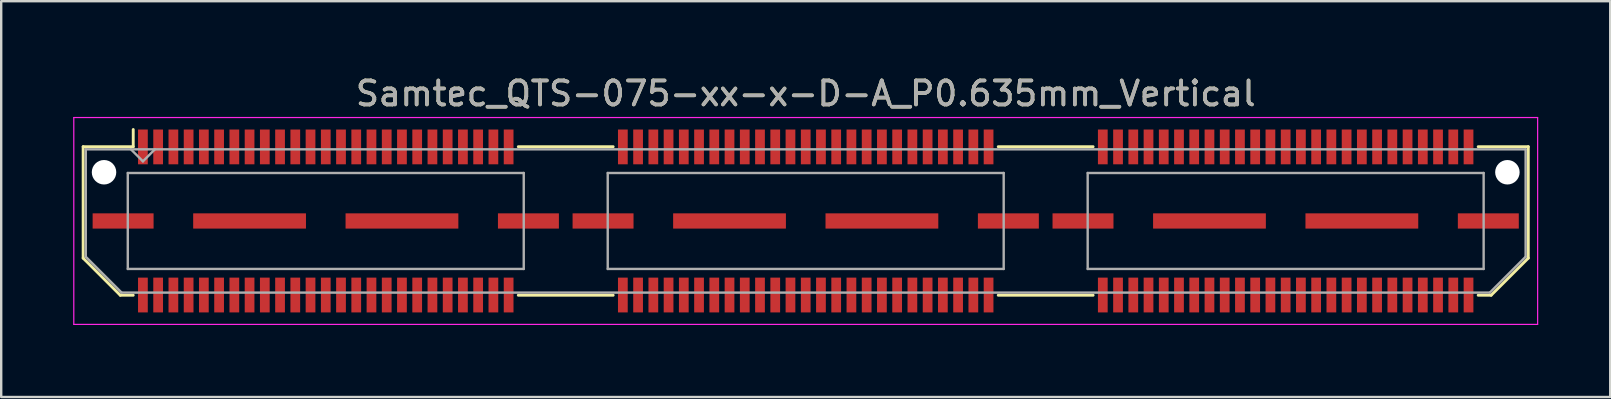
<source format=kicad_pcb>
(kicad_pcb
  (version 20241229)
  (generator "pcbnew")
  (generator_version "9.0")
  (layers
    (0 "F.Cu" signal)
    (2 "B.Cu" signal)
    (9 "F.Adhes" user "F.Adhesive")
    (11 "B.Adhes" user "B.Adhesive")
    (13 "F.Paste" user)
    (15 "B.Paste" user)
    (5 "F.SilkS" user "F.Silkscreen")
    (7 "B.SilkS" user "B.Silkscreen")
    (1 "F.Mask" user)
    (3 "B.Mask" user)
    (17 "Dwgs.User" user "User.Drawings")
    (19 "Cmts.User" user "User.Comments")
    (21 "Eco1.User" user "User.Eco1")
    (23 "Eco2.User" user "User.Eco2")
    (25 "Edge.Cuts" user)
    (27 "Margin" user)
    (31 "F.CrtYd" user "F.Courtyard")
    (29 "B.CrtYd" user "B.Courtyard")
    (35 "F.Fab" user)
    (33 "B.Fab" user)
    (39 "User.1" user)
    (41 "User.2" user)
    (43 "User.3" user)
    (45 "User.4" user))
  (footprint "Samtec_QTS-075-xx-x-D-A_P0.635mm_Vertical"
    (layer "F.Cu")
    (at 30.525 6.158)
    (property "Reference" "Samtec_QTS-075-xx-x-D-A_P0.635mm_Vertical" (at 0 -5.31 0) (layer "F.SilkS") (effects (font (size 1 1) (thickness 0.15))))
    (attr smd)
    (fp_line (start -30.11 -3.095) (end -30.11 1.548) (stroke (width 0.12) (type solid)) (layer "F.SilkS"))
    (fp_line (start -30.11 1.548) (end -28.562 3.095) (stroke (width 0.12) (type solid)) (layer "F.SilkS"))
    (fp_line (start -28.562 3.095) (end -28.023 3.095) (stroke (width 0.12) (type solid)) (layer "F.SilkS"))
    (fp_line (start -28.023 -3.811) (end -28.023 -3.095) (stroke (width 0.12) (type solid)) (layer "F.SilkS"))
    (fp_line (start -28.023 -3.095) (end -30.11 -3.095) (stroke (width 0.12) (type solid)) (layer "F.SilkS"))
    (fp_line (start -11.977 -3.095) (end -8.023 -3.095) (stroke (width 0.12) (type solid)) (layer "F.SilkS"))
    (fp_line (start -11.977 3.095) (end -8.023 3.095) (stroke (width 0.12) (type solid)) (layer "F.SilkS"))
    (fp_line (start 8.023 -3.095) (end 11.977 -3.095) (stroke (width 0.12) (type solid)) (layer "F.SilkS"))
    (fp_line (start 8.023 3.095) (end 11.977 3.095) (stroke (width 0.12) (type solid)) (layer "F.SilkS"))
    (fp_line (start 28.023 -3.095) (end 30.11 -3.095) (stroke (width 0.12) (type solid)) (layer "F.SilkS"))
    (fp_line (start 28.562 3.095) (end 28.023 3.095) (stroke (width 0.12) (type solid)) (layer "F.SilkS"))
    (fp_line (start 30.11 -3.095) (end 30.11 1.548) (stroke (width 0.12) (type solid)) (layer "F.SilkS"))
    (fp_line (start 30.11 1.548) (end 28.562 3.095) (stroke (width 0.12) (type solid)) (layer "F.SilkS"))
    (fp_line (start -30.5 -4.31) (end -30.5 4.31) (stroke (width 0.05) (type solid)) (layer "F.CrtYd"))
    (fp_line (start -30.5 4.31) (end 30.5 4.31) (stroke (width 0.05) (type solid)) (layer "F.CrtYd"))
    (fp_line (start 30.5 -4.31) (end -30.5 -4.31) (stroke (width 0.05) (type solid)) (layer "F.CrtYd"))
    (fp_line (start 30.5 4.31) (end 30.5 -4.31) (stroke (width 0.05) (type solid)) (layer "F.CrtYd"))
    (fp_line (start -30 -2.985) (end -30 1.492) (stroke (width 0.1) (type solid)) (layer "F.Fab"))
    (fp_line (start -30 -2.985) (end 30 -2.985) (stroke (width 0.1) (type solid)) (layer "F.Fab"))
    (fp_line (start -30 1.492) (end -28.508 2.985) (stroke (width 0.1) (type solid)) (layer "F.Fab"))
    (fp_line (start -28.508 2.985) (end 28.508 2.985) (stroke (width 0.1) (type solid)) (layer "F.Fab"))
    (fp_line (start -28.25 -2) (end -28.25 2) (stroke (width 0.1) (type solid)) (layer "F.Fab"))
    (fp_line (start -28.25 2) (end -11.75 2) (stroke (width 0.1) (type solid)) (layer "F.Fab"))
    (fp_line (start -27.62 -2.485) (end -28.12 -2.985) (stroke (width 0.1) (type solid)) (layer "F.Fab"))
    (fp_line (start -27.12 -2.985) (end -27.62 -2.485) (stroke (width 0.1) (type solid)) (layer "F.Fab"))
    (fp_line (start -11.75 -2) (end -28.25 -2) (stroke (width 0.1) (type solid)) (layer "F.Fab"))
    (fp_line (start -11.75 2) (end -11.75 -2) (stroke (width 0.1) (type solid)) (layer "F.Fab"))
    (fp_line (start -8.25 -2) (end -8.25 2) (stroke (width 0.1) (type solid)) (layer "F.Fab"))
    (fp_line (start -8.25 2) (end 8.25 2) (stroke (width 0.1) (type solid)) (layer "F.Fab"))
    (fp_line (start 8.25 -2) (end -8.25 -2) (stroke (width 0.1) (type solid)) (layer "F.Fab"))
    (fp_line (start 8.25 2) (end 8.25 -2) (stroke (width 0.1) (type solid)) (layer "F.Fab"))
    (fp_line (start 11.75 -2) (end 11.75 2) (stroke (width 0.1) (type solid)) (layer "F.Fab"))
    (fp_line (start 11.75 2) (end 28.25 2) (stroke (width 0.1) (type solid)) (layer "F.Fab"))
    (fp_line (start 28.25 -2) (end 11.75 -2) (stroke (width 0.1) (type solid)) (layer "F.Fab"))
    (fp_line (start 28.25 2) (end 28.25 -2) (stroke (width 0.1) (type solid)) (layer "F.Fab"))
    (fp_line (start 30 -2.985) (end 30 1.492) (stroke (width 0.1) (type solid)) (layer "F.Fab"))
    (fp_line (start 30 1.492) (end 28.508 2.985) (stroke (width 0.1) (type solid)) (layer "F.Fab"))
    (fp_text user "${REFERENCE}" (at 0 -5.31 0) (layer "F.Fab") (effects (font (size 1 1) (thickness 0.15))))
    (pad "" np_thru_hole circle (at -29.24 -2.03) (size 1.02 1.02) (drill 1.02) (layers "*.Cu" "*.Mask"))
    (pad "" np_thru_hole circle (at 29.24 -2.03) (size 1.02 1.02) (drill 1.02) (layers "*.Cu" "*.Mask"))
    (pad "1" smd rect (at -27.62 -3.086) (size 0.406 1.45) (layers "F.Cu" "F.Mask" "F.Paste"))
    (pad "2" smd rect (at -27.62 3.086) (size 0.406 1.45) (layers "F.Cu" "F.Mask" "F.Paste"))
    (pad "3" smd rect (at -26.985 -3.086) (size 0.406 1.45) (layers "F.Cu" "F.Mask" "F.Paste"))
    (pad "4" smd rect (at -26.985 3.086) (size 0.406 1.45) (layers "F.Cu" "F.Mask" "F.Paste"))
    (pad "5" smd rect (at -26.35 -3.086) (size 0.406 1.45) (layers "F.Cu" "F.Mask" "F.Paste"))
    (pad "6" smd rect (at -26.35 3.086) (size 0.406 1.45) (layers "F.Cu" "F.Mask" "F.Paste"))
    (pad "7" smd rect (at -25.715 -3.086) (size 0.406 1.45) (layers "F.Cu" "F.Mask" "F.Paste"))
    (pad "8" smd rect (at -25.715 3.086) (size 0.406 1.45) (layers "F.Cu" "F.Mask" "F.Paste"))
    (pad "9" smd rect (at -25.08 -3.086) (size 0.406 1.45) (layers "F.Cu" "F.Mask" "F.Paste"))
    (pad "10" smd rect (at -25.08 3.086) (size 0.406 1.45) (layers "F.Cu" "F.Mask" "F.Paste"))
    (pad "11" smd rect (at -24.445 -3.086) (size 0.406 1.45) (layers "F.Cu" "F.Mask" "F.Paste"))
    (pad "12" smd rect (at -24.445 3.086) (size 0.406 1.45) (layers "F.Cu" "F.Mask" "F.Paste"))
    (pad "13" smd rect (at -23.81 -3.086) (size 0.406 1.45) (layers "F.Cu" "F.Mask" "F.Paste"))
    (pad "14" smd rect (at -23.81 3.086) (size 0.406 1.45) (layers "F.Cu" "F.Mask" "F.Paste"))
    (pad "15" smd rect (at -23.175 -3.086) (size 0.406 1.45) (layers "F.Cu" "F.Mask" "F.Paste"))
    (pad "16" smd rect (at -23.175 3.086) (size 0.406 1.45) (layers "F.Cu" "F.Mask" "F.Paste"))
    (pad "17" smd rect (at -22.54 -3.086) (size 0.406 1.45) (layers "F.Cu" "F.Mask" "F.Paste"))
    (pad "18" smd rect (at -22.54 3.086) (size 0.406 1.45) (layers "F.Cu" "F.Mask" "F.Paste"))
    (pad "19" smd rect (at -21.905 -3.086) (size 0.406 1.45) (layers "F.Cu" "F.Mask" "F.Paste"))
    (pad "20" smd rect (at -21.905 3.086) (size 0.406 1.45) (layers "F.Cu" "F.Mask" "F.Paste"))
    (pad "21" smd rect (at -21.27 -3.086) (size 0.406 1.45) (layers "F.Cu" "F.Mask" "F.Paste"))
    (pad "22" smd rect (at -21.27 3.086) (size 0.406 1.45) (layers "F.Cu" "F.Mask" "F.Paste"))
    (pad "23" smd rect (at -20.635 -3.086) (size 0.406 1.45) (layers "F.Cu" "F.Mask" "F.Paste"))
    (pad "24" smd rect (at -20.635 3.086) (size 0.406 1.45) (layers "F.Cu" "F.Mask" "F.Paste"))
    (pad "25" smd rect (at -20 -3.086) (size 0.406 1.45) (layers "F.Cu" "F.Mask" "F.Paste"))
    (pad "26" smd rect (at -20 3.086) (size 0.406 1.45) (layers "F.Cu" "F.Mask" "F.Paste"))
    (pad "27" smd rect (at -19.365 -3.086) (size 0.406 1.45) (layers "F.Cu" "F.Mask" "F.Paste"))
    (pad "28" smd rect (at -19.365 3.086) (size 0.406 1.45) (layers "F.Cu" "F.Mask" "F.Paste"))
    (pad "29" smd rect (at -18.73 -3.086) (size 0.406 1.45) (layers "F.Cu" "F.Mask" "F.Paste"))
    (pad "30" smd rect (at -18.73 3.086) (size 0.406 1.45) (layers "F.Cu" "F.Mask" "F.Paste"))
    (pad "31" smd rect (at -18.095 -3.086) (size 0.406 1.45) (layers "F.Cu" "F.Mask" "F.Paste"))
    (pad "32" smd rect (at -18.095 3.086) (size 0.406 1.45) (layers "F.Cu" "F.Mask" "F.Paste"))
    (pad "33" smd rect (at -17.46 -3.086) (size 0.406 1.45) (layers "F.Cu" "F.Mask" "F.Paste"))
    (pad "34" smd rect (at -17.46 3.086) (size 0.406 1.45) (layers "F.Cu" "F.Mask" "F.Paste"))
    (pad "35" smd rect (at -16.825 -3.086) (size 0.406 1.45) (layers "F.Cu" "F.Mask" "F.Paste"))
    (pad "36" smd rect (at -16.825 3.086) (size 0.406 1.45) (layers "F.Cu" "F.Mask" "F.Paste"))
    (pad "37" smd rect (at -16.19 -3.086) (size 0.406 1.45) (layers "F.Cu" "F.Mask" "F.Paste"))
    (pad "38" smd rect (at -16.19 3.086) (size 0.406 1.45) (layers "F.Cu" "F.Mask" "F.Paste"))
    (pad "39" smd rect (at -15.555 -3.086) (size 0.406 1.45) (layers "F.Cu" "F.Mask" "F.Paste"))
    (pad "40" smd rect (at -15.555 3.086) (size 0.406 1.45) (layers "F.Cu" "F.Mask" "F.Paste"))
    (pad "41" smd rect (at -14.92 -3.086) (size 0.406 1.45) (layers "F.Cu" "F.Mask" "F.Paste"))
    (pad "42" smd rect (at -14.92 3.086) (size 0.406 1.45) (layers "F.Cu" "F.Mask" "F.Paste"))
    (pad "43" smd rect (at -14.285 -3.086) (size 0.406 1.45) (layers "F.Cu" "F.Mask" "F.Paste"))
    (pad "44" smd rect (at -14.285 3.086) (size 0.406 1.45) (layers "F.Cu" "F.Mask" "F.Paste"))
    (pad "45" smd rect (at -13.65 -3.086) (size 0.406 1.45) (layers "F.Cu" "F.Mask" "F.Paste"))
    (pad "46" smd rect (at -13.65 3.086) (size 0.406 1.45) (layers "F.Cu" "F.Mask" "F.Paste"))
    (pad "47" smd rect (at -13.015 -3.086) (size 0.406 1.45) (layers "F.Cu" "F.Mask" "F.Paste"))
    (pad "48" smd rect (at -13.015 3.086) (size 0.406 1.45) (layers "F.Cu" "F.Mask" "F.Paste"))
    (pad "49" smd rect (at -12.38 -3.086) (size 0.406 1.45) (layers "F.Cu" "F.Mask" "F.Paste"))
    (pad "50" smd rect (at -12.38 3.086) (size 0.406 1.45) (layers "F.Cu" "F.Mask" "F.Paste"))
    (pad "51" smd rect (at -7.62 -3.086) (size 0.406 1.45) (layers "F.Cu" "F.Mask" "F.Paste"))
    (pad "52" smd rect (at -7.62 3.086) (size 0.406 1.45) (layers "F.Cu" "F.Mask" "F.Paste"))
    (pad "53" smd rect (at -6.985 -3.086) (size 0.406 1.45) (layers "F.Cu" "F.Mask" "F.Paste"))
    (pad "54" smd rect (at -6.985 3.086) (size 0.406 1.45) (layers "F.Cu" "F.Mask" "F.Paste"))
    (pad "55" smd rect (at -6.35 -3.086) (size 0.406 1.45) (layers "F.Cu" "F.Mask" "F.Paste"))
    (pad "56" smd rect (at -6.35 3.086) (size 0.406 1.45) (layers "F.Cu" "F.Mask" "F.Paste"))
    (pad "57" smd rect (at -5.715 -3.086) (size 0.406 1.45) (layers "F.Cu" "F.Mask" "F.Paste"))
    (pad "58" smd rect (at -5.715 3.086) (size 0.406 1.45) (layers "F.Cu" "F.Mask" "F.Paste"))
    (pad "59" smd rect (at -5.08 -3.086) (size 0.406 1.45) (layers "F.Cu" "F.Mask" "F.Paste"))
    (pad "60" smd rect (at -5.08 3.086) (size 0.406 1.45) (layers "F.Cu" "F.Mask" "F.Paste"))
    (pad "61" smd rect (at -4.445 -3.086) (size 0.406 1.45) (layers "F.Cu" "F.Mask" "F.Paste"))
    (pad "62" smd rect (at -4.445 3.086) (size 0.406 1.45) (layers "F.Cu" "F.Mask" "F.Paste"))
    (pad "63" smd rect (at -3.81 -3.086) (size 0.406 1.45) (layers "F.Cu" "F.Mask" "F.Paste"))
    (pad "64" smd rect (at -3.81 3.086) (size 0.406 1.45) (layers "F.Cu" "F.Mask" "F.Paste"))
    (pad "65" smd rect (at -3.175 -3.086) (size 0.406 1.45) (layers "F.Cu" "F.Mask" "F.Paste"))
    (pad "66" smd rect (at -3.175 3.086) (size 0.406 1.45) (layers "F.Cu" "F.Mask" "F.Paste"))
    (pad "67" smd rect (at -2.54 -3.086) (size 0.406 1.45) (layers "F.Cu" "F.Mask" "F.Paste"))
    (pad "68" smd rect (at -2.54 3.086) (size 0.406 1.45) (layers "F.Cu" "F.Mask" "F.Paste"))
    (pad "69" smd rect (at -1.905 -3.086) (size 0.406 1.45) (layers "F.Cu" "F.Mask" "F.Paste"))
    (pad "70" smd rect (at -1.905 3.086) (size 0.406 1.45) (layers "F.Cu" "F.Mask" "F.Paste"))
    (pad "71" smd rect (at -1.27 -3.086) (size 0.406 1.45) (layers "F.Cu" "F.Mask" "F.Paste"))
    (pad "72" smd rect (at -1.27 3.086) (size 0.406 1.45) (layers "F.Cu" "F.Mask" "F.Paste"))
    (pad "73" smd rect (at -0.635 -3.086) (size 0.406 1.45) (layers "F.Cu" "F.Mask" "F.Paste"))
    (pad "74" smd rect (at -0.635 3.086) (size 0.406 1.45) (layers "F.Cu" "F.Mask" "F.Paste"))
    (pad "75" smd rect (at 0 -3.086) (size 0.406 1.45) (layers "F.Cu" "F.Mask" "F.Paste"))
    (pad "76" smd rect (at 0 3.086) (size 0.406 1.45) (layers "F.Cu" "F.Mask" "F.Paste"))
    (pad "77" smd rect (at 0.635 -3.086) (size 0.406 1.45) (layers "F.Cu" "F.Mask" "F.Paste"))
    (pad "78" smd rect (at 0.635 3.086) (size 0.406 1.45) (layers "F.Cu" "F.Mask" "F.Paste"))
    (pad "79" smd rect (at 1.27 -3.086) (size 0.406 1.45) (layers "F.Cu" "F.Mask" "F.Paste"))
    (pad "80" smd rect (at 1.27 3.086) (size 0.406 1.45) (layers "F.Cu" "F.Mask" "F.Paste"))
    (pad "81" smd rect (at 1.905 -3.086) (size 0.406 1.45) (layers "F.Cu" "F.Mask" "F.Paste"))
    (pad "82" smd rect (at 1.905 3.086) (size 0.406 1.45) (layers "F.Cu" "F.Mask" "F.Paste"))
    (pad "83" smd rect (at 2.54 -3.086) (size 0.406 1.45) (layers "F.Cu" "F.Mask" "F.Paste"))
    (pad "84" smd rect (at 2.54 3.086) (size 0.406 1.45) (layers "F.Cu" "F.Mask" "F.Paste"))
    (pad "85" smd rect (at 3.175 -3.086) (size 0.406 1.45) (layers "F.Cu" "F.Mask" "F.Paste"))
    (pad "86" smd rect (at 3.175 3.086) (size 0.406 1.45) (layers "F.Cu" "F.Mask" "F.Paste"))
    (pad "87" smd rect (at 3.81 -3.086) (size 0.406 1.45) (layers "F.Cu" "F.Mask" "F.Paste"))
    (pad "88" smd rect (at 3.81 3.086) (size 0.406 1.45) (layers "F.Cu" "F.Mask" "F.Paste"))
    (pad "89" smd rect (at 4.445 -3.086) (size 0.406 1.45) (layers "F.Cu" "F.Mask" "F.Paste"))
    (pad "90" smd rect (at 4.445 3.086) (size 0.406 1.45) (layers "F.Cu" "F.Mask" "F.Paste"))
    (pad "91" smd rect (at 5.08 -3.086) (size 0.406 1.45) (layers "F.Cu" "F.Mask" "F.Paste"))
    (pad "92" smd rect (at 5.08 3.086) (size 0.406 1.45) (layers "F.Cu" "F.Mask" "F.Paste"))
    (pad "93" smd rect (at 5.715 -3.086) (size 0.406 1.45) (layers "F.Cu" "F.Mask" "F.Paste"))
    (pad "94" smd rect (at 5.715 3.086) (size 0.406 1.45) (layers "F.Cu" "F.Mask" "F.Paste"))
    (pad "95" smd rect (at 6.35 -3.086) (size 0.406 1.45) (layers "F.Cu" "F.Mask" "F.Paste"))
    (pad "96" smd rect (at 6.35 3.086) (size 0.406 1.45) (layers "F.Cu" "F.Mask" "F.Paste"))
    (pad "97" smd rect (at 6.985 -3.086) (size 0.406 1.45) (layers "F.Cu" "F.Mask" "F.Paste"))
    (pad "98" smd rect (at 6.985 3.086) (size 0.406 1.45) (layers "F.Cu" "F.Mask" "F.Paste"))
    (pad "99" smd rect (at 7.62 -3.086) (size 0.406 1.45) (layers "F.Cu" "F.Mask" "F.Paste"))
    (pad "100" smd rect (at 7.62 3.086) (size 0.406 1.45) (layers "F.Cu" "F.Mask" "F.Paste"))
    (pad "101" smd rect (at 12.38 -3.086) (size 0.406 1.45) (layers "F.Cu" "F.Mask" "F.Paste"))
    (pad "102" smd rect (at 12.38 3.086) (size 0.406 1.45) (layers "F.Cu" "F.Mask" "F.Paste"))
    (pad "103" smd rect (at 13.015 -3.086) (size 0.406 1.45) (layers "F.Cu" "F.Mask" "F.Paste"))
    (pad "104" smd rect (at 13.015 3.086) (size 0.406 1.45) (layers "F.Cu" "F.Mask" "F.Paste"))
    (pad "105" smd rect (at 13.65 -3.086) (size 0.406 1.45) (layers "F.Cu" "F.Mask" "F.Paste"))
    (pad "106" smd rect (at 13.65 3.086) (size 0.406 1.45) (layers "F.Cu" "F.Mask" "F.Paste"))
    (pad "107" smd rect (at 14.285 -3.086) (size 0.406 1.45) (layers "F.Cu" "F.Mask" "F.Paste"))
    (pad "108" smd rect (at 14.285 3.086) (size 0.406 1.45) (layers "F.Cu" "F.Mask" "F.Paste"))
    (pad "109" smd rect (at 14.92 -3.086) (size 0.406 1.45) (layers "F.Cu" "F.Mask" "F.Paste"))
    (pad "110" smd rect (at 14.92 3.086) (size 0.406 1.45) (layers "F.Cu" "F.Mask" "F.Paste"))
    (pad "111" smd rect (at 15.555 -3.086) (size 0.406 1.45) (layers "F.Cu" "F.Mask" "F.Paste"))
    (pad "112" smd rect (at 15.555 3.086) (size 0.406 1.45) (layers "F.Cu" "F.Mask" "F.Paste"))
    (pad "113" smd rect (at 16.19 -3.086) (size 0.406 1.45) (layers "F.Cu" "F.Mask" "F.Paste"))
    (pad "114" smd rect (at 16.19 3.086) (size 0.406 1.45) (layers "F.Cu" "F.Mask" "F.Paste"))
    (pad "115" smd rect (at 16.825 -3.086) (size 0.406 1.45) (layers "F.Cu" "F.Mask" "F.Paste"))
    (pad "116" smd rect (at 16.825 3.086) (size 0.406 1.45) (layers "F.Cu" "F.Mask" "F.Paste"))
    (pad "117" smd rect (at 17.46 -3.086) (size 0.406 1.45) (layers "F.Cu" "F.Mask" "F.Paste"))
    (pad "118" smd rect (at 17.46 3.086) (size 0.406 1.45) (layers "F.Cu" "F.Mask" "F.Paste"))
    (pad "119" smd rect (at 18.095 -3.086) (size 0.406 1.45) (layers "F.Cu" "F.Mask" "F.Paste"))
    (pad "120" smd rect (at 18.095 3.086) (size 0.406 1.45) (layers "F.Cu" "F.Mask" "F.Paste"))
    (pad "121" smd rect (at 18.73 -3.086) (size 0.406 1.45) (layers "F.Cu" "F.Mask" "F.Paste"))
    (pad "122" smd rect (at 18.73 3.086) (size 0.406 1.45) (layers "F.Cu" "F.Mask" "F.Paste"))
    (pad "123" smd rect (at 19.365 -3.086) (size 0.406 1.45) (layers "F.Cu" "F.Mask" "F.Paste"))
    (pad "124" smd rect (at 19.365 3.086) (size 0.406 1.45) (layers "F.Cu" "F.Mask" "F.Paste"))
    (pad "125" smd rect (at 20 -3.086) (size 0.406 1.45) (layers "F.Cu" "F.Mask" "F.Paste"))
    (pad "126" smd rect (at 20 3.086) (size 0.406 1.45) (layers "F.Cu" "F.Mask" "F.Paste"))
    (pad "127" smd rect (at 20.635 -3.086) (size 0.406 1.45) (layers "F.Cu" "F.Mask" "F.Paste"))
    (pad "128" smd rect (at 20.635 3.086) (size 0.406 1.45) (layers "F.Cu" "F.Mask" "F.Paste"))
    (pad "129" smd rect (at 21.27 -3.086) (size 0.406 1.45) (layers "F.Cu" "F.Mask" "F.Paste"))
    (pad "130" smd rect (at 21.27 3.086) (size 0.406 1.45) (layers "F.Cu" "F.Mask" "F.Paste"))
    (pad "131" smd rect (at 21.905 -3.086) (size 0.406 1.45) (layers "F.Cu" "F.Mask" "F.Paste"))
    (pad "132" smd rect (at 21.905 3.086) (size 0.406 1.45) (layers "F.Cu" "F.Mask" "F.Paste"))
    (pad "133" smd rect (at 22.54 -3.086) (size 0.406 1.45) (layers "F.Cu" "F.Mask" "F.Paste"))
    (pad "134" smd rect (at 22.54 3.086) (size 0.406 1.45) (layers "F.Cu" "F.Mask" "F.Paste"))
    (pad "135" smd rect (at 23.175 -3.086) (size 0.406 1.45) (layers "F.Cu" "F.Mask" "F.Paste"))
    (pad "136" smd rect (at 23.175 3.086) (size 0.406 1.45) (layers "F.Cu" "F.Mask" "F.Paste"))
    (pad "137" smd rect (at 23.81 -3.086) (size 0.406 1.45) (layers "F.Cu" "F.Mask" "F.Paste"))
    (pad "138" smd rect (at 23.81 3.086) (size 0.406 1.45) (layers "F.Cu" "F.Mask" "F.Paste"))
    (pad "139" smd rect (at 24.445 -3.086) (size 0.406 1.45) (layers "F.Cu" "F.Mask" "F.Paste"))
    (pad "140" smd rect (at 24.445 3.086) (size 0.406 1.45) (layers "F.Cu" "F.Mask" "F.Paste"))
    (pad "141" smd rect (at 25.08 -3.086) (size 0.406 1.45) (layers "F.Cu" "F.Mask" "F.Paste"))
    (pad "142" smd rect (at 25.08 3.086) (size 0.406 1.45) (layers "F.Cu" "F.Mask" "F.Paste"))
    (pad "143" smd rect (at 25.715 -3.086) (size 0.406 1.45) (layers "F.Cu" "F.Mask" "F.Paste"))
    (pad "144" smd rect (at 25.715 3.086) (size 0.406 1.45) (layers "F.Cu" "F.Mask" "F.Paste"))
    (pad "145" smd rect (at 26.35 -3.086) (size 0.406 1.45) (layers "F.Cu" "F.Mask" "F.Paste"))
    (pad "146" smd rect (at 26.35 3.086) (size 0.406 1.45) (layers "F.Cu" "F.Mask" "F.Paste"))
    (pad "147" smd rect (at 26.985 -3.086) (size 0.406 1.45) (layers "F.Cu" "F.Mask" "F.Paste"))
    (pad "148" smd rect (at 26.985 3.086) (size 0.406 1.45) (layers "F.Cu" "F.Mask" "F.Paste"))
    (pad "149" smd rect (at 27.62 -3.086) (size 0.406 1.45) (layers "F.Cu" "F.Mask" "F.Paste"))
    (pad "150" smd rect (at 27.62 3.086) (size 0.406 1.45) (layers "F.Cu" "F.Mask" "F.Paste"))
    (pad "P1" smd rect (at -28.445 0) (size 2.54 0.635) (layers "F.Cu" "F.Mask" "F.Paste"))
    (pad "P1" smd rect (at -23.175 0) (size 4.7 0.635) (layers "F.Cu" "F.Mask" "F.Paste"))
    (pad "P1" smd rect (at -16.825 0) (size 4.7 0.635) (layers "F.Cu" "F.Mask" "F.Paste"))
    (pad "P1" smd rect (at -11.555 0) (size 2.54 0.635) (layers "F.Cu" "F.Mask" "F.Paste"))
    (pad "P2" smd rect (at -8.445 0) (size 2.54 0.635) (layers "F.Cu" "F.Mask" "F.Paste"))
    (pad "P2" smd rect (at -3.175 0) (size 4.7 0.635) (layers "F.Cu" "F.Mask" "F.Paste"))
    (pad "P2" smd rect (at 3.175 0) (size 4.7 0.635) (layers "F.Cu" "F.Mask" "F.Paste"))
    (pad "P2" smd rect (at 8.445 0) (size 2.54 0.635) (layers "F.Cu" "F.Mask" "F.Paste"))
    (pad "P3" smd rect (at 11.555 0) (size 2.54 0.635) (layers "F.Cu" "F.Mask" "F.Paste"))
    (pad "P3" smd rect (at 16.825 0) (size 4.7 0.635) (layers "F.Cu" "F.Mask" "F.Paste"))
    (pad "P3" smd rect (at 23.175 0) (size 4.7 0.635) (layers "F.Cu" "F.Mask" "F.Paste"))
    (pad "P3" smd rect (at 28.445 0) (size 2.54 0.635) (layers "F.Cu" "F.Mask" "F.Paste")))
  (gr_rect
    (start -3 -3)
    (end 64.05 13.493)
    (stroke (width 0.1) (type default))
    (fill no)
    (layer "Edge.Cuts")))
</source>
